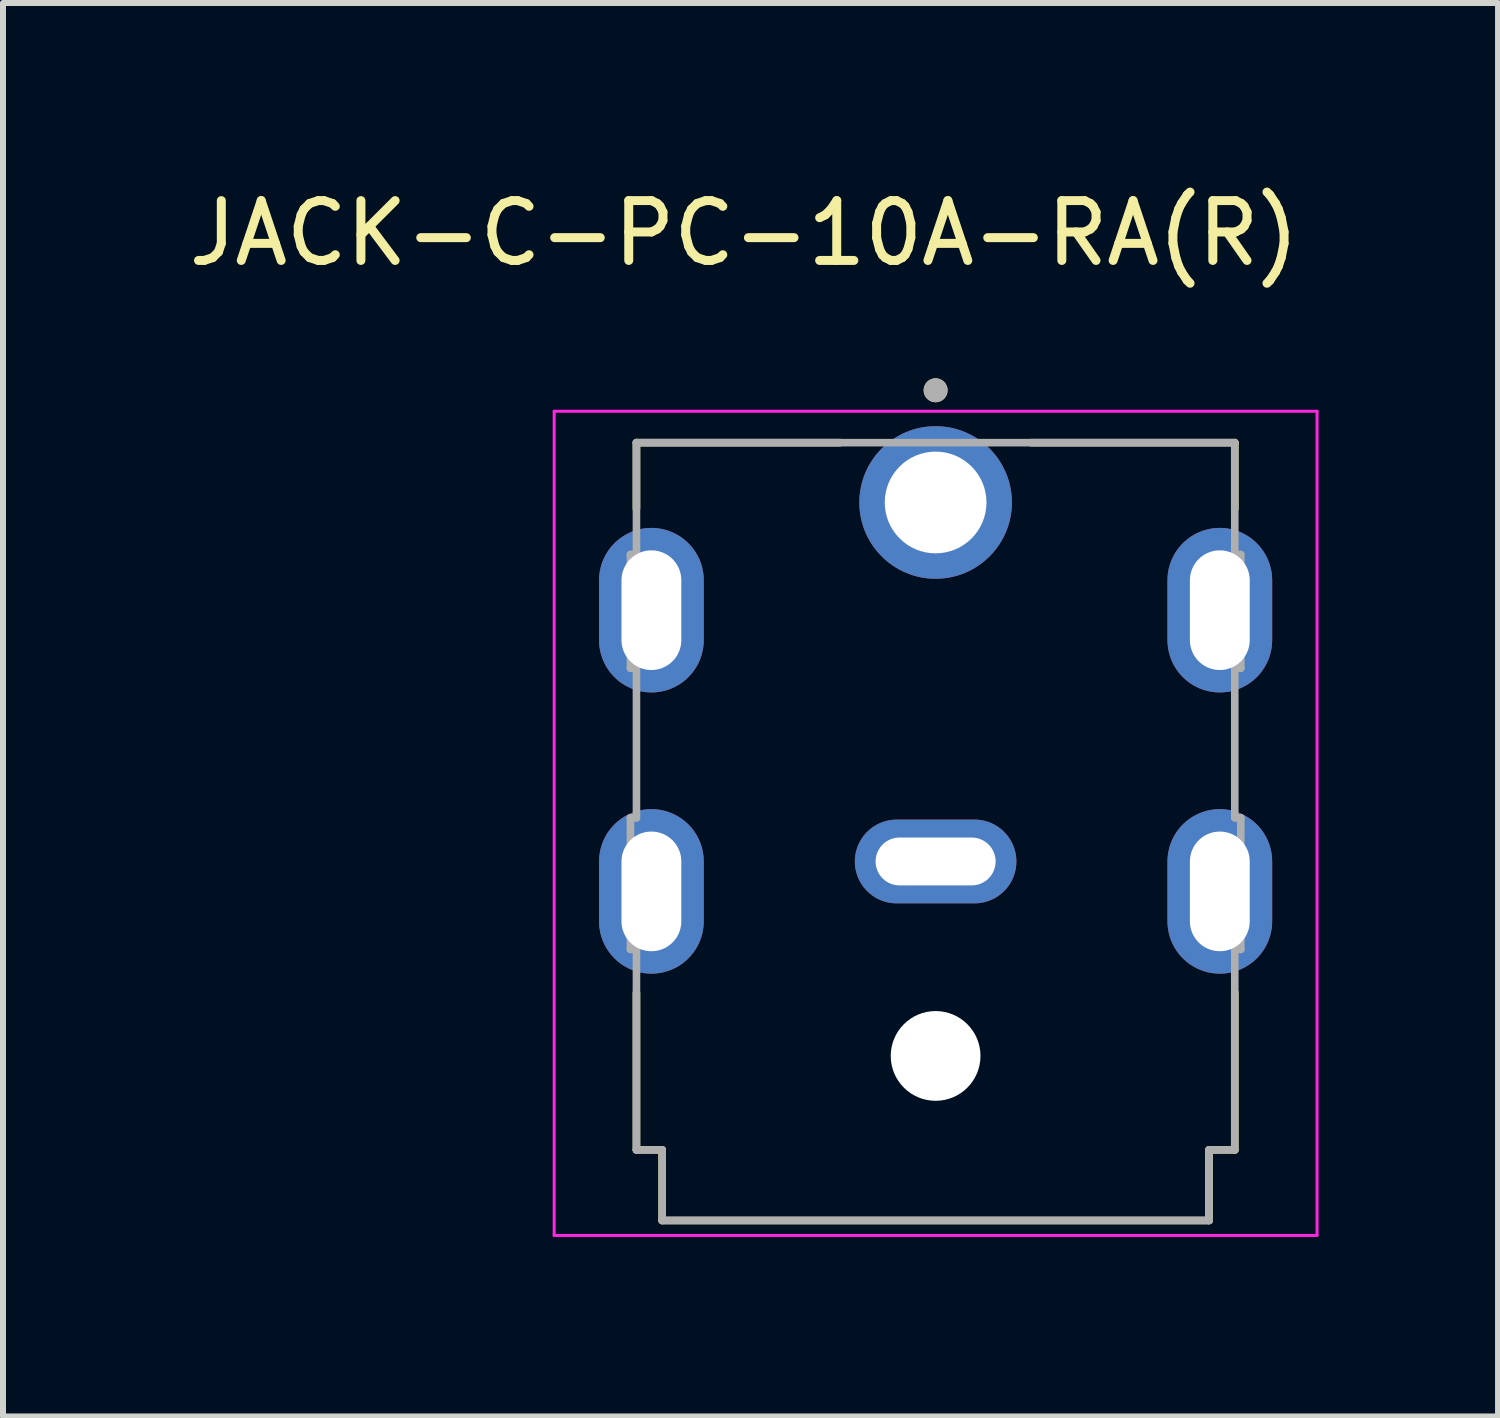
<source format=kicad_pcb>
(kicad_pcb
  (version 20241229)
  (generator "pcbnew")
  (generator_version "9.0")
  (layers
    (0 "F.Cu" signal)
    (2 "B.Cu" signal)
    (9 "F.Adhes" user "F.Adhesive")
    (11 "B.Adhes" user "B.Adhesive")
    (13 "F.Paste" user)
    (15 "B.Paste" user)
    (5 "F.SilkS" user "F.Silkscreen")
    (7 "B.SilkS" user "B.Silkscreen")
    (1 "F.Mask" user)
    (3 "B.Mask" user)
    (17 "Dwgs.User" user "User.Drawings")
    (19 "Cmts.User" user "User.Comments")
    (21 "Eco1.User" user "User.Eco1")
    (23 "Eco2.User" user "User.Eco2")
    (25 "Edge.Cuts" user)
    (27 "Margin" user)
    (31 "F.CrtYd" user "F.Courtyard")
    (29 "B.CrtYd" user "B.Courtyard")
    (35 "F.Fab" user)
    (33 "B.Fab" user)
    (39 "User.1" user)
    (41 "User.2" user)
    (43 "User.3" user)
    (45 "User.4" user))
  (footprint "JACK-C-PC-10A-RA(R)"
    (layer "F.Cu")
    (at 12.587 5.348)
    (property "Reference" "JACK-C-PC-10A-RA(R)" (at -3.2 -4.5 0) (layer "F.SilkS") (effects (font (size 1 1) (thickness 0.15))))
    (attr through_hole)
    (fp_line (start -5 -1) (end -5 0.105) (stroke (width 0.127) (type solid)) (layer "F.SilkS"))
    (fp_line (start -5 10.82) (end -5 8.195) (stroke (width 0.127) (type solid)) (layer "F.SilkS"))
    (fp_line (start -5 10.82) (end -4.57 10.82) (stroke (width 0.127) (type solid)) (layer "F.SilkS"))
    (fp_line (start -4.57 12) (end -4.57 10.82) (stroke (width 0.127) (type solid)) (layer "F.SilkS"))
    (fp_line (start -4.57 12) (end 4.57 12) (stroke (width 0.127) (type solid)) (layer "F.SilkS"))
    (fp_line (start -1.595 -1) (end -5 -1) (stroke (width 0.127) (type solid)) (layer "F.SilkS"))
    (fp_line (start 4.57 12) (end 4.57 10.82) (stroke (width 0.127) (type solid)) (layer "F.SilkS"))
    (fp_line (start 5 -1) (end 1.595 -1) (stroke (width 0.127) (type solid)) (layer "F.SilkS"))
    (fp_line (start 5 -1) (end 5 0.105) (stroke (width 0.127) (type solid)) (layer "F.SilkS"))
    (fp_line (start 5 10.82) (end 4.57 10.82) (stroke (width 0.127) (type solid)) (layer "F.SilkS"))
    (fp_line (start 5 10.82) (end 5 8.195) (stroke (width 0.127) (type solid)) (layer "F.SilkS"))
    (fp_circle (center 0 -1.875) (end 0.1 -1.875) (stroke (width 0.2) (type solid)) (fill no) (layer "F.SilkS"))
    (fp_line (start -6.375 -1.525) (end -6.375 12.25) (stroke (width 0.05) (type solid)) (layer "F.CrtYd"))
    (fp_line (start -6.375 12.25) (end 6.375 12.25) (stroke (width 0.05) (type solid)) (layer "F.CrtYd"))
    (fp_line (start 6.375 -1.525) (end -6.375 -1.525) (stroke (width 0.05) (type solid)) (layer "F.CrtYd"))
    (fp_line (start 6.375 12.25) (end 6.375 -1.525) (stroke (width 0.05) (type solid)) (layer "F.CrtYd"))
    (fp_line (start -5.1 0.87) (end -5.1 2.77) (stroke (width 0.127) (type solid)) (layer "F.Fab"))
    (fp_line (start -5.1 0.87) (end -5 0.87) (stroke (width 0.127) (type solid)) (layer "F.Fab"))
    (fp_line (start -5.1 2.77) (end -5 2.77) (stroke (width 0.127) (type solid)) (layer "F.Fab"))
    (fp_line (start -5.1 5.27) (end -5.1 7.47) (stroke (width 0.127) (type solid)) (layer "F.Fab"))
    (fp_line (start -5.1 5.27) (end -5 5.27) (stroke (width 0.127) (type solid)) (layer "F.Fab"))
    (fp_line (start -5.1 7.47) (end -5 7.47) (stroke (width 0.127) (type solid)) (layer "F.Fab"))
    (fp_line (start -5 -1) (end -5 0.87) (stroke (width 0.127) (type solid)) (layer "F.Fab"))
    (fp_line (start -5 2.77) (end -5 5.27) (stroke (width 0.127) (type solid)) (layer "F.Fab"))
    (fp_line (start -5 7.47) (end -5 10.82) (stroke (width 0.127) (type solid)) (layer "F.Fab"))
    (fp_line (start -5 10.82) (end -4.57 10.82) (stroke (width 0.127) (type solid)) (layer "F.Fab"))
    (fp_line (start -4.57 12) (end -4.57 10.82) (stroke (width 0.127) (type solid)) (layer "F.Fab"))
    (fp_line (start -4.57 12) (end 4.57 12) (stroke (width 0.127) (type solid)) (layer "F.Fab"))
    (fp_line (start 4.57 12) (end 4.57 10.82) (stroke (width 0.127) (type solid)) (layer "F.Fab"))
    (fp_line (start 5 -1) (end -5 -1) (stroke (width 0.127) (type solid)) (layer "F.Fab"))
    (fp_line (start 5 -1) (end 5 0.87) (stroke (width 0.127) (type solid)) (layer "F.Fab"))
    (fp_line (start 5 0.87) (end 5.1 0.87) (stroke (width 0.127) (type solid)) (layer "F.Fab"))
    (fp_line (start 5 2.77) (end 5.1 2.77) (stroke (width 0.127) (type solid)) (layer "F.Fab"))
    (fp_line (start 5 5.27) (end 5 2.77) (stroke (width 0.127) (type solid)) (layer "F.Fab"))
    (fp_line (start 5 5.27) (end 5.1 5.27) (stroke (width 0.127) (type solid)) (layer "F.Fab"))
    (fp_line (start 5 7.47) (end 5.1 7.47) (stroke (width 0.127) (type solid)) (layer "F.Fab"))
    (fp_line (start 5 10.82) (end 4.57 10.82) (stroke (width 0.127) (type solid)) (layer "F.Fab"))
    (fp_line (start 5 10.82) (end 5 7.47) (stroke (width 0.127) (type solid)) (layer "F.Fab"))
    (fp_line (start 5.1 2.77) (end 5.1 0.87) (stroke (width 0.127) (type solid)) (layer "F.Fab"))
    (fp_line (start 5.1 7.47) (end 5.1 5.27) (stroke (width 0.127) (type solid)) (layer "F.Fab"))
    (fp_circle (center 0 -1.875) (end 0.1 -1.875) (stroke (width 0.2) (type solid)) (fill no) (layer "F.Fab"))
    (pad "" np_thru_hole circle (at 0 9.25) (size 1.5 1.5) (drill 1.5) (layers "*.Cu" "*.Mask"))
    (pad "1" thru_hole circle (at 0 0) (size 2.55 2.55) (drill 1.7) (layers "*.Cu" "*.Mask"))
    (pad "2" thru_hole oval (at 0 6) (size 2.7 1.4) (drill oval 2.006 0.8) (layers "*.Cu" "*.Mask"))
    (pad "S1" thru_hole oval (at -4.75 6.5) (size 1.75 2.75) (drill oval 1 2) (layers "*.Cu" "*.Mask"))
    (pad "S2" thru_hole oval (at 4.75 6.5) (size 1.75 2.75) (drill oval 1 2) (layers "*.Cu" "*.Mask"))
    (pad "S3" thru_hole oval (at -4.75 1.8) (size 1.75 2.75) (drill oval 1 2) (layers "*.Cu" "*.Mask"))
    (pad "S4" thru_hole oval (at 4.75 1.8) (size 1.75 2.75) (drill oval 1 2) (layers "*.Cu" "*.Mask")))
  (gr_rect
    (start -3 -3)
    (end 21.987 20.623)
    (stroke (width 0.1) (type default))
    (fill no)
    (layer "Edge.Cuts")))
</source>
